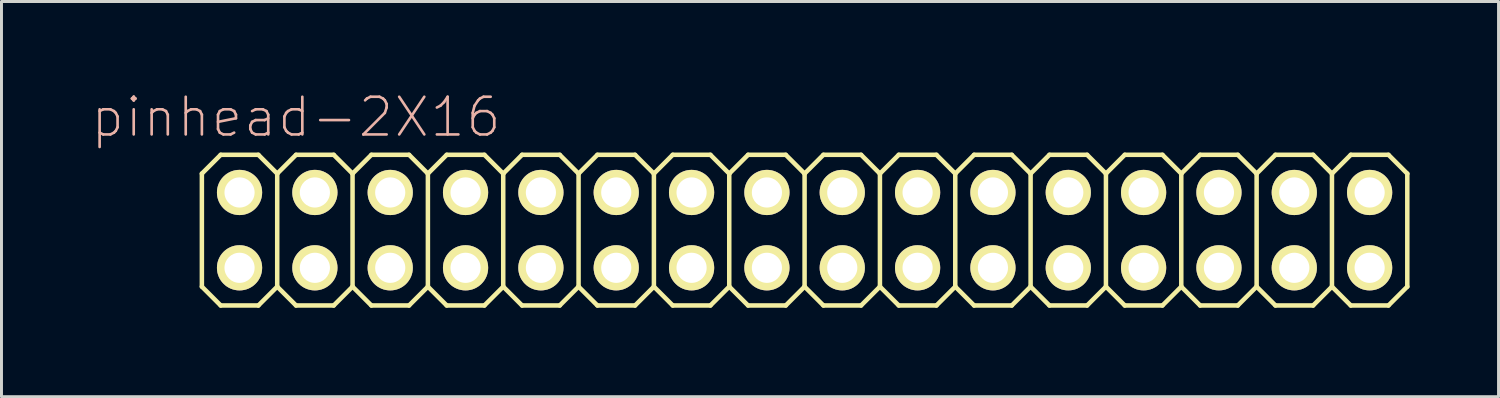
<source format=kicad_pcb>
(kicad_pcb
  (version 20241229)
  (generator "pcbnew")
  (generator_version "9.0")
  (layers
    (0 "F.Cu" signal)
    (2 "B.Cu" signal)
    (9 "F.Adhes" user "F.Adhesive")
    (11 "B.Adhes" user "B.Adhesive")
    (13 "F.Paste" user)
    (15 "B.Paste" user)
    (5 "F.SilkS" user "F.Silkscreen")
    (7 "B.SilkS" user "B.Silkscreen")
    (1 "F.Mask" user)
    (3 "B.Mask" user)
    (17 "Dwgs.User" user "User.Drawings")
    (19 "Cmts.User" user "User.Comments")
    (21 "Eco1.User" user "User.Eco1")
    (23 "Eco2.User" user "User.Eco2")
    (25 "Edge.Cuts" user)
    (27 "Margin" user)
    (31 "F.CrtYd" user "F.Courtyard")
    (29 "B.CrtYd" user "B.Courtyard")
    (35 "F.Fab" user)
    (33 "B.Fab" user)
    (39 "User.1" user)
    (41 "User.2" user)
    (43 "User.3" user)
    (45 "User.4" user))
  (footprint "pinhead-2X16"
    (layer "F.Cu")
    (at 24.076 4.709)
    (property "Reference" "pinhead-2X16" (at -17.145 -3.81 0) (layer "B.SilkS") (effects (font (size 1.27 1.27) (thickness 0.089))))
    (attr exclude_from_pos_files exclude_from_bom)
    (fp_line (start -20.32 -1.905) (end -19.685 -2.54) (stroke (width 0.152) (type solid)) (layer "F.SilkS"))
    (fp_line (start -20.32 1.905) (end -20.32 -1.905) (stroke (width 0.152) (type solid)) (layer "F.SilkS"))
    (fp_line (start -20.32 1.905) (end -19.685 2.54) (stroke (width 0.152) (type solid)) (layer "F.SilkS"))
    (fp_line (start -19.685 -2.54) (end -18.415 -2.54) (stroke (width 0.152) (type solid)) (layer "F.SilkS"))
    (fp_line (start -19.685 2.54) (end -18.415 2.54) (stroke (width 0.152) (type solid)) (layer "F.SilkS"))
    (fp_line (start -19.304 -1.524) (end -18.796 -1.524) (stroke (width 0.066) (type solid)) (layer "F.SilkS"))
    (fp_line (start -19.304 -1.016) (end -19.304 -1.524) (stroke (width 0.066) (type solid)) (layer "F.SilkS"))
    (fp_line (start -19.304 -1.016) (end -18.796 -1.016) (stroke (width 0.066) (type solid)) (layer "F.SilkS"))
    (fp_line (start -19.304 1.016) (end -18.796 1.016) (stroke (width 0.066) (type solid)) (layer "F.SilkS"))
    (fp_line (start -19.304 1.524) (end -19.304 1.016) (stroke (width 0.066) (type solid)) (layer "F.SilkS"))
    (fp_line (start -19.304 1.524) (end -18.796 1.524) (stroke (width 0.066) (type solid)) (layer "F.SilkS"))
    (fp_line (start -18.796 -1.016) (end -18.796 -1.524) (stroke (width 0.066) (type solid)) (layer "F.SilkS"))
    (fp_line (start -18.796 1.524) (end -18.796 1.016) (stroke (width 0.066) (type solid)) (layer "F.SilkS"))
    (fp_line (start -18.415 -2.54) (end -17.78 -1.905) (stroke (width 0.152) (type solid)) (layer "F.SilkS"))
    (fp_line (start -18.415 2.54) (end -17.78 1.905) (stroke (width 0.152) (type solid)) (layer "F.SilkS"))
    (fp_line (start -17.78 -1.905) (end -17.78 1.905) (stroke (width 0.152) (type solid)) (layer "F.SilkS"))
    (fp_line (start -17.78 -1.905) (end -17.145 -2.54) (stroke (width 0.152) (type solid)) (layer "F.SilkS"))
    (fp_line (start -17.78 1.905) (end -17.145 2.54) (stroke (width 0.152) (type solid)) (layer "F.SilkS"))
    (fp_line (start -17.145 -2.54) (end -15.875 -2.54) (stroke (width 0.152) (type solid)) (layer "F.SilkS"))
    (fp_line (start -17.145 2.54) (end -15.875 2.54) (stroke (width 0.152) (type solid)) (layer "F.SilkS"))
    (fp_line (start -16.764 -1.524) (end -16.256 -1.524) (stroke (width 0.066) (type solid)) (layer "F.SilkS"))
    (fp_line (start -16.764 -1.016) (end -16.764 -1.524) (stroke (width 0.066) (type solid)) (layer "F.SilkS"))
    (fp_line (start -16.764 -1.016) (end -16.256 -1.016) (stroke (width 0.066) (type solid)) (layer "F.SilkS"))
    (fp_line (start -16.764 1.016) (end -16.256 1.016) (stroke (width 0.066) (type solid)) (layer "F.SilkS"))
    (fp_line (start -16.764 1.524) (end -16.764 1.016) (stroke (width 0.066) (type solid)) (layer "F.SilkS"))
    (fp_line (start -16.764 1.524) (end -16.256 1.524) (stroke (width 0.066) (type solid)) (layer "F.SilkS"))
    (fp_line (start -16.256 -1.016) (end -16.256 -1.524) (stroke (width 0.066) (type solid)) (layer "F.SilkS"))
    (fp_line (start -16.256 1.524) (end -16.256 1.016) (stroke (width 0.066) (type solid)) (layer "F.SilkS"))
    (fp_line (start -15.875 -2.54) (end -15.24 -1.905) (stroke (width 0.152) (type solid)) (layer "F.SilkS"))
    (fp_line (start -15.875 2.54) (end -15.24 1.905) (stroke (width 0.152) (type solid)) (layer "F.SilkS"))
    (fp_line (start -15.24 -1.905) (end -15.24 1.905) (stroke (width 0.152) (type solid)) (layer "F.SilkS"))
    (fp_line (start -15.24 -1.905) (end -14.605 -2.54) (stroke (width 0.152) (type solid)) (layer "F.SilkS"))
    (fp_line (start -15.24 1.905) (end -14.605 2.54) (stroke (width 0.152) (type solid)) (layer "F.SilkS"))
    (fp_line (start -14.605 -2.54) (end -13.335 -2.54) (stroke (width 0.152) (type solid)) (layer "F.SilkS"))
    (fp_line (start -14.605 2.54) (end -13.335 2.54) (stroke (width 0.152) (type solid)) (layer "F.SilkS"))
    (fp_line (start -14.224 -1.524) (end -13.716 -1.524) (stroke (width 0.066) (type solid)) (layer "F.SilkS"))
    (fp_line (start -14.224 -1.016) (end -14.224 -1.524) (stroke (width 0.066) (type solid)) (layer "F.SilkS"))
    (fp_line (start -14.224 -1.016) (end -13.716 -1.016) (stroke (width 0.066) (type solid)) (layer "F.SilkS"))
    (fp_line (start -14.224 1.016) (end -13.716 1.016) (stroke (width 0.066) (type solid)) (layer "F.SilkS"))
    (fp_line (start -14.224 1.524) (end -14.224 1.016) (stroke (width 0.066) (type solid)) (layer "F.SilkS"))
    (fp_line (start -14.224 1.524) (end -13.716 1.524) (stroke (width 0.066) (type solid)) (layer "F.SilkS"))
    (fp_line (start -13.716 -1.016) (end -13.716 -1.524) (stroke (width 0.066) (type solid)) (layer "F.SilkS"))
    (fp_line (start -13.716 1.524) (end -13.716 1.016) (stroke (width 0.066) (type solid)) (layer "F.SilkS"))
    (fp_line (start -13.335 -2.54) (end -12.7 -1.905) (stroke (width 0.152) (type solid)) (layer "F.SilkS"))
    (fp_line (start -13.335 2.54) (end -12.7 1.905) (stroke (width 0.152) (type solid)) (layer "F.SilkS"))
    (fp_line (start -12.7 -1.905) (end -12.7 1.905) (stroke (width 0.152) (type solid)) (layer "F.SilkS"))
    (fp_line (start -12.7 -1.905) (end -12.065 -2.54) (stroke (width 0.152) (type solid)) (layer "F.SilkS"))
    (fp_line (start -12.7 1.905) (end -12.065 2.54) (stroke (width 0.152) (type solid)) (layer "F.SilkS"))
    (fp_line (start -12.065 -2.54) (end -10.795 -2.54) (stroke (width 0.152) (type solid)) (layer "F.SilkS"))
    (fp_line (start -12.065 2.54) (end -10.795 2.54) (stroke (width 0.152) (type solid)) (layer "F.SilkS"))
    (fp_line (start -11.684 -1.524) (end -11.176 -1.524) (stroke (width 0.066) (type solid)) (layer "F.SilkS"))
    (fp_line (start -11.684 -1.016) (end -11.684 -1.524) (stroke (width 0.066) (type solid)) (layer "F.SilkS"))
    (fp_line (start -11.684 -1.016) (end -11.176 -1.016) (stroke (width 0.066) (type solid)) (layer "F.SilkS"))
    (fp_line (start -11.684 1.016) (end -11.176 1.016) (stroke (width 0.066) (type solid)) (layer "F.SilkS"))
    (fp_line (start -11.684 1.524) (end -11.684 1.016) (stroke (width 0.066) (type solid)) (layer "F.SilkS"))
    (fp_line (start -11.684 1.524) (end -11.176 1.524) (stroke (width 0.066) (type solid)) (layer "F.SilkS"))
    (fp_line (start -11.176 -1.016) (end -11.176 -1.524) (stroke (width 0.066) (type solid)) (layer "F.SilkS"))
    (fp_line (start -11.176 1.524) (end -11.176 1.016) (stroke (width 0.066) (type solid)) (layer "F.SilkS"))
    (fp_line (start -10.795 -2.54) (end -10.16 -1.905) (stroke (width 0.152) (type solid)) (layer "F.SilkS"))
    (fp_line (start -10.795 2.54) (end -10.16 1.905) (stroke (width 0.152) (type solid)) (layer "F.SilkS"))
    (fp_line (start -10.16 -1.905) (end -10.16 1.905) (stroke (width 0.152) (type solid)) (layer "F.SilkS"))
    (fp_line (start -10.16 -1.905) (end -9.525 -2.54) (stroke (width 0.152) (type solid)) (layer "F.SilkS"))
    (fp_line (start -10.16 1.905) (end -9.525 2.54) (stroke (width 0.152) (type solid)) (layer "F.SilkS"))
    (fp_line (start -9.525 -2.54) (end -8.255 -2.54) (stroke (width 0.152) (type solid)) (layer "F.SilkS"))
    (fp_line (start -9.525 2.54) (end -8.255 2.54) (stroke (width 0.152) (type solid)) (layer "F.SilkS"))
    (fp_line (start -9.144 -1.524) (end -8.636 -1.524) (stroke (width 0.066) (type solid)) (layer "F.SilkS"))
    (fp_line (start -9.144 -1.016) (end -9.144 -1.524) (stroke (width 0.066) (type solid)) (layer "F.SilkS"))
    (fp_line (start -9.144 -1.016) (end -8.636 -1.016) (stroke (width 0.066) (type solid)) (layer "F.SilkS"))
    (fp_line (start -9.144 1.016) (end -8.636 1.016) (stroke (width 0.066) (type solid)) (layer "F.SilkS"))
    (fp_line (start -9.144 1.524) (end -9.144 1.016) (stroke (width 0.066) (type solid)) (layer "F.SilkS"))
    (fp_line (start -9.144 1.524) (end -8.636 1.524) (stroke (width 0.066) (type solid)) (layer "F.SilkS"))
    (fp_line (start -8.636 -1.016) (end -8.636 -1.524) (stroke (width 0.066) (type solid)) (layer "F.SilkS"))
    (fp_line (start -8.636 1.524) (end -8.636 1.016) (stroke (width 0.066) (type solid)) (layer "F.SilkS"))
    (fp_line (start -8.255 -2.54) (end -7.62 -1.905) (stroke (width 0.152) (type solid)) (layer "F.SilkS"))
    (fp_line (start -8.255 2.54) (end -7.62 1.905) (stroke (width 0.152) (type solid)) (layer "F.SilkS"))
    (fp_line (start -7.62 -1.905) (end -7.62 1.905) (stroke (width 0.152) (type solid)) (layer "F.SilkS"))
    (fp_line (start -7.62 -1.905) (end -6.985 -2.54) (stroke (width 0.152) (type solid)) (layer "F.SilkS"))
    (fp_line (start -7.62 1.905) (end -6.985 2.54) (stroke (width 0.152) (type solid)) (layer "F.SilkS"))
    (fp_line (start -6.985 -2.54) (end -5.715 -2.54) (stroke (width 0.152) (type solid)) (layer "F.SilkS"))
    (fp_line (start -6.985 2.54) (end -5.715 2.54) (stroke (width 0.152) (type solid)) (layer "F.SilkS"))
    (fp_line (start -6.604 -1.524) (end -6.096 -1.524) (stroke (width 0.066) (type solid)) (layer "F.SilkS"))
    (fp_line (start -6.604 -1.016) (end -6.604 -1.524) (stroke (width 0.066) (type solid)) (layer "F.SilkS"))
    (fp_line (start -6.604 -1.016) (end -6.096 -1.016) (stroke (width 0.066) (type solid)) (layer "F.SilkS"))
    (fp_line (start -6.604 1.016) (end -6.096 1.016) (stroke (width 0.066) (type solid)) (layer "F.SilkS"))
    (fp_line (start -6.604 1.524) (end -6.604 1.016) (stroke (width 0.066) (type solid)) (layer "F.SilkS"))
    (fp_line (start -6.604 1.524) (end -6.096 1.524) (stroke (width 0.066) (type solid)) (layer "F.SilkS"))
    (fp_line (start -6.096 -1.016) (end -6.096 -1.524) (stroke (width 0.066) (type solid)) (layer "F.SilkS"))
    (fp_line (start -6.096 1.524) (end -6.096 1.016) (stroke (width 0.066) (type solid)) (layer "F.SilkS"))
    (fp_line (start -5.715 -2.54) (end -5.08 -1.905) (stroke (width 0.152) (type solid)) (layer "F.SilkS"))
    (fp_line (start -5.715 2.54) (end -5.08 1.905) (stroke (width 0.152) (type solid)) (layer "F.SilkS"))
    (fp_line (start -5.08 -1.905) (end -5.08 1.905) (stroke (width 0.152) (type solid)) (layer "F.SilkS"))
    (fp_line (start -5.08 -1.905) (end -4.445 -2.54) (stroke (width 0.152) (type solid)) (layer "F.SilkS"))
    (fp_line (start -5.08 1.905) (end -4.445 2.54) (stroke (width 0.152) (type solid)) (layer "F.SilkS"))
    (fp_line (start -4.445 -2.54) (end -3.175 -2.54) (stroke (width 0.152) (type solid)) (layer "F.SilkS"))
    (fp_line (start -4.064 -1.524) (end -3.556 -1.524) (stroke (width 0.066) (type solid)) (layer "F.SilkS"))
    (fp_line (start -4.064 -1.016) (end -4.064 -1.524) (stroke (width 0.066) (type solid)) (layer "F.SilkS"))
    (fp_line (start -4.064 -1.016) (end -3.556 -1.016) (stroke (width 0.066) (type solid)) (layer "F.SilkS"))
    (fp_line (start -4.064 1.016) (end -3.556 1.016) (stroke (width 0.066) (type solid)) (layer "F.SilkS"))
    (fp_line (start -4.064 1.524) (end -4.064 1.016) (stroke (width 0.066) (type solid)) (layer "F.SilkS"))
    (fp_line (start -4.064 1.524) (end -3.556 1.524) (stroke (width 0.066) (type solid)) (layer "F.SilkS"))
    (fp_line (start -3.556 -1.016) (end -3.556 -1.524) (stroke (width 0.066) (type solid)) (layer "F.SilkS"))
    (fp_line (start -3.556 1.524) (end -3.556 1.016) (stroke (width 0.066) (type solid)) (layer "F.SilkS"))
    (fp_line (start -3.175 -2.54) (end -2.54 -1.905) (stroke (width 0.152) (type solid)) (layer "F.SilkS"))
    (fp_line (start -3.175 2.54) (end -4.445 2.54) (stroke (width 0.152) (type solid)) (layer "F.SilkS"))
    (fp_line (start -2.54 -1.905) (end -2.54 1.905) (stroke (width 0.152) (type solid)) (layer "F.SilkS"))
    (fp_line (start -2.54 -1.905) (end -1.905 -2.54) (stroke (width 0.152) (type solid)) (layer "F.SilkS"))
    (fp_line (start -2.54 1.905) (end -3.175 2.54) (stroke (width 0.152) (type solid)) (layer "F.SilkS"))
    (fp_line (start -2.54 1.905) (end -1.905 2.54) (stroke (width 0.152) (type solid)) (layer "F.SilkS"))
    (fp_line (start -1.905 -2.54) (end -0.635 -2.54) (stroke (width 0.152) (type solid)) (layer "F.SilkS"))
    (fp_line (start -1.524 -1.524) (end -1.016 -1.524) (stroke (width 0.066) (type solid)) (layer "F.SilkS"))
    (fp_line (start -1.524 -1.016) (end -1.524 -1.524) (stroke (width 0.066) (type solid)) (layer "F.SilkS"))
    (fp_line (start -1.524 -1.016) (end -1.016 -1.016) (stroke (width 0.066) (type solid)) (layer "F.SilkS"))
    (fp_line (start -1.524 1.016) (end -1.016 1.016) (stroke (width 0.066) (type solid)) (layer "F.SilkS"))
    (fp_line (start -1.524 1.524) (end -1.524 1.016) (stroke (width 0.066) (type solid)) (layer "F.SilkS"))
    (fp_line (start -1.524 1.524) (end -1.016 1.524) (stroke (width 0.066) (type solid)) (layer "F.SilkS"))
    (fp_line (start -1.016 -1.016) (end -1.016 -1.524) (stroke (width 0.066) (type solid)) (layer "F.SilkS"))
    (fp_line (start -1.016 1.524) (end -1.016 1.016) (stroke (width 0.066) (type solid)) (layer "F.SilkS"))
    (fp_line (start -0.635 -2.54) (end 0 -1.905) (stroke (width 0.152) (type solid)) (layer "F.SilkS"))
    (fp_line (start -0.635 2.54) (end -1.905 2.54) (stroke (width 0.152) (type solid)) (layer "F.SilkS"))
    (fp_line (start 0 -1.905) (end 0 1.905) (stroke (width 0.152) (type solid)) (layer "F.SilkS"))
    (fp_line (start 0 -1.905) (end 0.635 -2.54) (stroke (width 0.152) (type solid)) (layer "F.SilkS"))
    (fp_line (start 0 1.905) (end -0.635 2.54) (stroke (width 0.152) (type solid)) (layer "F.SilkS"))
    (fp_line (start 0 1.905) (end 0.635 2.54) (stroke (width 0.152) (type solid)) (layer "F.SilkS"))
    (fp_line (start 0.635 -2.54) (end 1.905 -2.54) (stroke (width 0.152) (type solid)) (layer "F.SilkS"))
    (fp_line (start 1.016 -1.524) (end 1.524 -1.524) (stroke (width 0.066) (type solid)) (layer "F.SilkS"))
    (fp_line (start 1.016 -1.016) (end 1.016 -1.524) (stroke (width 0.066) (type solid)) (layer "F.SilkS"))
    (fp_line (start 1.016 -1.016) (end 1.524 -1.016) (stroke (width 0.066) (type solid)) (layer "F.SilkS"))
    (fp_line (start 1.016 1.016) (end 1.524 1.016) (stroke (width 0.066) (type solid)) (layer "F.SilkS"))
    (fp_line (start 1.016 1.524) (end 1.016 1.016) (stroke (width 0.066) (type solid)) (layer "F.SilkS"))
    (fp_line (start 1.016 1.524) (end 1.524 1.524) (stroke (width 0.066) (type solid)) (layer "F.SilkS"))
    (fp_line (start 1.524 -1.016) (end 1.524 -1.524) (stroke (width 0.066) (type solid)) (layer "F.SilkS"))
    (fp_line (start 1.524 1.524) (end 1.524 1.016) (stroke (width 0.066) (type solid)) (layer "F.SilkS"))
    (fp_line (start 1.905 -2.54) (end 2.54 -1.905) (stroke (width 0.152) (type solid)) (layer "F.SilkS"))
    (fp_line (start 1.905 2.54) (end 0.635 2.54) (stroke (width 0.152) (type solid)) (layer "F.SilkS"))
    (fp_line (start 2.54 -1.905) (end 2.54 1.905) (stroke (width 0.152) (type solid)) (layer "F.SilkS"))
    (fp_line (start 2.54 -1.905) (end 3.175 -2.54) (stroke (width 0.152) (type solid)) (layer "F.SilkS"))
    (fp_line (start 2.54 1.905) (end 1.905 2.54) (stroke (width 0.152) (type solid)) (layer "F.SilkS"))
    (fp_line (start 2.54 1.905) (end 3.175 2.54) (stroke (width 0.152) (type solid)) (layer "F.SilkS"))
    (fp_line (start 3.175 -2.54) (end 4.445 -2.54) (stroke (width 0.152) (type solid)) (layer "F.SilkS"))
    (fp_line (start 3.556 -1.524) (end 4.064 -1.524) (stroke (width 0.066) (type solid)) (layer "F.SilkS"))
    (fp_line (start 3.556 -1.016) (end 3.556 -1.524) (stroke (width 0.066) (type solid)) (layer "F.SilkS"))
    (fp_line (start 3.556 -1.016) (end 4.064 -1.016) (stroke (width 0.066) (type solid)) (layer "F.SilkS"))
    (fp_line (start 3.556 1.016) (end 4.064 1.016) (stroke (width 0.066) (type solid)) (layer "F.SilkS"))
    (fp_line (start 3.556 1.524) (end 3.556 1.016) (stroke (width 0.066) (type solid)) (layer "F.SilkS"))
    (fp_line (start 3.556 1.524) (end 4.064 1.524) (stroke (width 0.066) (type solid)) (layer "F.SilkS"))
    (fp_line (start 4.064 -1.016) (end 4.064 -1.524) (stroke (width 0.066) (type solid)) (layer "F.SilkS"))
    (fp_line (start 4.064 1.524) (end 4.064 1.016) (stroke (width 0.066) (type solid)) (layer "F.SilkS"))
    (fp_line (start 4.445 -2.54) (end 5.08 -1.905) (stroke (width 0.152) (type solid)) (layer "F.SilkS"))
    (fp_line (start 4.445 2.54) (end 3.175 2.54) (stroke (width 0.152) (type solid)) (layer "F.SilkS"))
    (fp_line (start 5.08 -1.905) (end 5.08 1.905) (stroke (width 0.152) (type solid)) (layer "F.SilkS"))
    (fp_line (start 5.08 -1.905) (end 5.715 -2.54) (stroke (width 0.152) (type solid)) (layer "F.SilkS"))
    (fp_line (start 5.08 1.905) (end 4.445 2.54) (stroke (width 0.152) (type solid)) (layer "F.SilkS"))
    (fp_line (start 5.08 1.905) (end 5.715 2.54) (stroke (width 0.152) (type solid)) (layer "F.SilkS"))
    (fp_line (start 5.715 -2.54) (end 6.985 -2.54) (stroke (width 0.152) (type solid)) (layer "F.SilkS"))
    (fp_line (start 6.096 -1.524) (end 6.604 -1.524) (stroke (width 0.066) (type solid)) (layer "F.SilkS"))
    (fp_line (start 6.096 -1.016) (end 6.096 -1.524) (stroke (width 0.066) (type solid)) (layer "F.SilkS"))
    (fp_line (start 6.096 -1.016) (end 6.604 -1.016) (stroke (width 0.066) (type solid)) (layer "F.SilkS"))
    (fp_line (start 6.096 1.016) (end 6.604 1.016) (stroke (width 0.066) (type solid)) (layer "F.SilkS"))
    (fp_line (start 6.096 1.524) (end 6.096 1.016) (stroke (width 0.066) (type solid)) (layer "F.SilkS"))
    (fp_line (start 6.096 1.524) (end 6.604 1.524) (stroke (width 0.066) (type solid)) (layer "F.SilkS"))
    (fp_line (start 6.604 -1.016) (end 6.604 -1.524) (stroke (width 0.066) (type solid)) (layer "F.SilkS"))
    (fp_line (start 6.604 1.524) (end 6.604 1.016) (stroke (width 0.066) (type solid)) (layer "F.SilkS"))
    (fp_line (start 6.985 -2.54) (end 7.62 -1.905) (stroke (width 0.152) (type solid)) (layer "F.SilkS"))
    (fp_line (start 6.985 2.54) (end 5.715 2.54) (stroke (width 0.152) (type solid)) (layer "F.SilkS"))
    (fp_line (start 7.62 -1.905) (end 7.62 1.905) (stroke (width 0.152) (type solid)) (layer "F.SilkS"))
    (fp_line (start 7.62 -1.905) (end 8.255 -2.54) (stroke (width 0.152) (type solid)) (layer "F.SilkS"))
    (fp_line (start 7.62 1.905) (end 6.985 2.54) (stroke (width 0.152) (type solid)) (layer "F.SilkS"))
    (fp_line (start 7.62 1.905) (end 8.255 2.54) (stroke (width 0.152) (type solid)) (layer "F.SilkS"))
    (fp_line (start 8.255 -2.54) (end 9.525 -2.54) (stroke (width 0.152) (type solid)) (layer "F.SilkS"))
    (fp_line (start 8.636 -1.524) (end 9.144 -1.524) (stroke (width 0.066) (type solid)) (layer "F.SilkS"))
    (fp_line (start 8.636 -1.016) (end 8.636 -1.524) (stroke (width 0.066) (type solid)) (layer "F.SilkS"))
    (fp_line (start 8.636 -1.016) (end 9.144 -1.016) (stroke (width 0.066) (type solid)) (layer "F.SilkS"))
    (fp_line (start 8.636 1.016) (end 9.144 1.016) (stroke (width 0.066) (type solid)) (layer "F.SilkS"))
    (fp_line (start 8.636 1.524) (end 8.636 1.016) (stroke (width 0.066) (type solid)) (layer "F.SilkS"))
    (fp_line (start 8.636 1.524) (end 9.144 1.524) (stroke (width 0.066) (type solid)) (layer "F.SilkS"))
    (fp_line (start 9.144 -1.016) (end 9.144 -1.524) (stroke (width 0.066) (type solid)) (layer "F.SilkS"))
    (fp_line (start 9.144 1.524) (end 9.144 1.016) (stroke (width 0.066) (type solid)) (layer "F.SilkS"))
    (fp_line (start 9.525 2.54) (end 8.255 2.54) (stroke (width 0.152) (type solid)) (layer "F.SilkS"))
    (fp_line (start 10.16 -1.905) (end 9.525 -2.54) (stroke (width 0.152) (type solid)) (layer "F.SilkS"))
    (fp_line (start 10.16 -1.905) (end 10.16 1.905) (stroke (width 0.152) (type solid)) (layer "F.SilkS"))
    (fp_line (start 10.16 -1.905) (end 10.795 -2.54) (stroke (width 0.152) (type solid)) (layer "F.SilkS"))
    (fp_line (start 10.16 1.905) (end 9.525 2.54) (stroke (width 0.152) (type solid)) (layer "F.SilkS"))
    (fp_line (start 10.16 1.905) (end 10.795 2.54) (stroke (width 0.152) (type solid)) (layer "F.SilkS"))
    (fp_line (start 11.176 -1.524) (end 11.684 -1.524) (stroke (width 0.066) (type solid)) (layer "F.SilkS"))
    (fp_line (start 11.176 -1.016) (end 11.176 -1.524) (stroke (width 0.066) (type solid)) (layer "F.SilkS"))
    (fp_line (start 11.176 -1.016) (end 11.684 -1.016) (stroke (width 0.066) (type solid)) (layer "F.SilkS"))
    (fp_line (start 11.176 1.016) (end 11.684 1.016) (stroke (width 0.066) (type solid)) (layer "F.SilkS"))
    (fp_line (start 11.176 1.524) (end 11.176 1.016) (stroke (width 0.066) (type solid)) (layer "F.SilkS"))
    (fp_line (start 11.176 1.524) (end 11.684 1.524) (stroke (width 0.066) (type solid)) (layer "F.SilkS"))
    (fp_line (start 11.684 -1.016) (end 11.684 -1.524) (stroke (width 0.066) (type solid)) (layer "F.SilkS"))
    (fp_line (start 11.684 1.524) (end 11.684 1.016) (stroke (width 0.066) (type solid)) (layer "F.SilkS"))
    (fp_line (start 12.065 -2.54) (end 10.795 -2.54) (stroke (width 0.152) (type solid)) (layer "F.SilkS"))
    (fp_line (start 12.065 -2.54) (end 12.7 -1.905) (stroke (width 0.152) (type solid)) (layer "F.SilkS"))
    (fp_line (start 12.065 2.54) (end 10.795 2.54) (stroke (width 0.152) (type solid)) (layer "F.SilkS"))
    (fp_line (start 12.7 -1.905) (end 12.7 1.905) (stroke (width 0.152) (type solid)) (layer "F.SilkS"))
    (fp_line (start 12.7 -1.905) (end 13.335 -2.54) (stroke (width 0.152) (type solid)) (layer "F.SilkS"))
    (fp_line (start 12.7 1.905) (end 12.065 2.54) (stroke (width 0.152) (type solid)) (layer "F.SilkS"))
    (fp_line (start 12.7 1.905) (end 13.335 2.54) (stroke (width 0.152) (type solid)) (layer "F.SilkS"))
    (fp_line (start 13.716 -1.524) (end 14.224 -1.524) (stroke (width 0.066) (type solid)) (layer "F.SilkS"))
    (fp_line (start 13.716 -1.016) (end 13.716 -1.524) (stroke (width 0.066) (type solid)) (layer "F.SilkS"))
    (fp_line (start 13.716 -1.016) (end 14.224 -1.016) (stroke (width 0.066) (type solid)) (layer "F.SilkS"))
    (fp_line (start 13.716 1.016) (end 14.224 1.016) (stroke (width 0.066) (type solid)) (layer "F.SilkS"))
    (fp_line (start 13.716 1.524) (end 13.716 1.016) (stroke (width 0.066) (type solid)) (layer "F.SilkS"))
    (fp_line (start 13.716 1.524) (end 14.224 1.524) (stroke (width 0.066) (type solid)) (layer "F.SilkS"))
    (fp_line (start 14.224 -1.016) (end 14.224 -1.524) (stroke (width 0.066) (type solid)) (layer "F.SilkS"))
    (fp_line (start 14.224 1.524) (end 14.224 1.016) (stroke (width 0.066) (type solid)) (layer "F.SilkS"))
    (fp_line (start 14.605 -2.54) (end 13.335 -2.54) (stroke (width 0.152) (type solid)) (layer "F.SilkS"))
    (fp_line (start 14.605 -2.54) (end 15.24 -1.905) (stroke (width 0.152) (type solid)) (layer "F.SilkS"))
    (fp_line (start 14.605 2.54) (end 13.335 2.54) (stroke (width 0.152) (type solid)) (layer "F.SilkS"))
    (fp_line (start 15.24 -1.905) (end 15.24 1.905) (stroke (width 0.152) (type solid)) (layer "F.SilkS"))
    (fp_line (start 15.24 -1.905) (end 15.875 -2.54) (stroke (width 0.152) (type solid)) (layer "F.SilkS"))
    (fp_line (start 15.24 1.905) (end 14.605 2.54) (stroke (width 0.152) (type solid)) (layer "F.SilkS"))
    (fp_line (start 15.875 2.54) (end 15.24 1.905) (stroke (width 0.152) (type solid)) (layer "F.SilkS"))
    (fp_line (start 15.875 2.54) (end 17.145 2.54) (stroke (width 0.152) (type solid)) (layer "F.SilkS"))
    (fp_line (start 16.256 -1.524) (end 16.764 -1.524) (stroke (width 0.066) (type solid)) (layer "F.SilkS"))
    (fp_line (start 16.256 -1.016) (end 16.256 -1.524) (stroke (width 0.066) (type solid)) (layer "F.SilkS"))
    (fp_line (start 16.256 -1.016) (end 16.764 -1.016) (stroke (width 0.066) (type solid)) (layer "F.SilkS"))
    (fp_line (start 16.256 1.016) (end 16.764 1.016) (stroke (width 0.066) (type solid)) (layer "F.SilkS"))
    (fp_line (start 16.256 1.524) (end 16.256 1.016) (stroke (width 0.066) (type solid)) (layer "F.SilkS"))
    (fp_line (start 16.256 1.524) (end 16.764 1.524) (stroke (width 0.066) (type solid)) (layer "F.SilkS"))
    (fp_line (start 16.764 -1.016) (end 16.764 -1.524) (stroke (width 0.066) (type solid)) (layer "F.SilkS"))
    (fp_line (start 16.764 1.524) (end 16.764 1.016) (stroke (width 0.066) (type solid)) (layer "F.SilkS"))
    (fp_line (start 17.145 -2.54) (end 15.875 -2.54) (stroke (width 0.152) (type solid)) (layer "F.SilkS"))
    (fp_line (start 17.145 -2.54) (end 17.78 -1.905) (stroke (width 0.152) (type solid)) (layer "F.SilkS"))
    (fp_line (start 17.78 -1.905) (end 17.78 1.905) (stroke (width 0.152) (type solid)) (layer "F.SilkS"))
    (fp_line (start 17.78 -1.905) (end 18.415 -2.54) (stroke (width 0.152) (type solid)) (layer "F.SilkS"))
    (fp_line (start 17.78 1.905) (end 17.145 2.54) (stroke (width 0.152) (type solid)) (layer "F.SilkS"))
    (fp_line (start 18.415 2.54) (end 17.78 1.905) (stroke (width 0.152) (type solid)) (layer "F.SilkS"))
    (fp_line (start 18.415 2.54) (end 19.685 2.54) (stroke (width 0.152) (type solid)) (layer "F.SilkS"))
    (fp_line (start 18.796 -1.524) (end 19.304 -1.524) (stroke (width 0.066) (type solid)) (layer "F.SilkS"))
    (fp_line (start 18.796 -1.016) (end 18.796 -1.524) (stroke (width 0.066) (type solid)) (layer "F.SilkS"))
    (fp_line (start 18.796 -1.016) (end 19.304 -1.016) (stroke (width 0.066) (type solid)) (layer "F.SilkS"))
    (fp_line (start 18.796 1.016) (end 19.304 1.016) (stroke (width 0.066) (type solid)) (layer "F.SilkS"))
    (fp_line (start 18.796 1.524) (end 18.796 1.016) (stroke (width 0.066) (type solid)) (layer "F.SilkS"))
    (fp_line (start 18.796 1.524) (end 19.304 1.524) (stroke (width 0.066) (type solid)) (layer "F.SilkS"))
    (fp_line (start 19.304 -1.016) (end 19.304 -1.524) (stroke (width 0.066) (type solid)) (layer "F.SilkS"))
    (fp_line (start 19.304 1.524) (end 19.304 1.016) (stroke (width 0.066) (type solid)) (layer "F.SilkS"))
    (fp_line (start 19.685 -2.54) (end 18.415 -2.54) (stroke (width 0.152) (type solid)) (layer "F.SilkS"))
    (fp_line (start 19.685 -2.54) (end 20.32 -1.905) (stroke (width 0.152) (type solid)) (layer "F.SilkS"))
    (fp_line (start 20.32 -1.905) (end 20.32 1.905) (stroke (width 0.152) (type solid)) (layer "F.SilkS"))
    (fp_line (start 20.32 1.905) (end 19.685 2.54) (stroke (width 0.152) (type solid)) (layer "F.SilkS"))
    (pad "1" thru_hole circle (at -19.05 1.27) (size 1.524 1.524) (drill 1.016) (layers "*.Cu" "F.Mask" "F.SilkS" "F.Paste"))
    (pad "2" thru_hole circle (at -19.05 -1.27) (size 1.524 1.524) (drill 1.016) (layers "*.Cu" "F.Mask" "F.SilkS" "F.Paste"))
    (pad "3" thru_hole circle (at -16.51 1.27) (size 1.524 1.524) (drill 1.016) (layers "*.Cu" "F.Mask" "F.SilkS" "F.Paste"))
    (pad "4" thru_hole circle (at -16.51 -1.27) (size 1.524 1.524) (drill 1.016) (layers "*.Cu" "F.Mask" "F.SilkS" "F.Paste"))
    (pad "5" thru_hole circle (at -13.97 1.27) (size 1.524 1.524) (drill 1.016) (layers "*.Cu" "F.Mask" "F.SilkS" "F.Paste"))
    (pad "6" thru_hole circle (at -13.97 -1.27) (size 1.524 1.524) (drill 1.016) (layers "*.Cu" "F.Mask" "F.SilkS" "F.Paste"))
    (pad "7" thru_hole circle (at -11.43 1.27) (size 1.524 1.524) (drill 1.016) (layers "*.Cu" "F.Mask" "F.SilkS" "F.Paste"))
    (pad "8" thru_hole circle (at -11.43 -1.27) (size 1.524 1.524) (drill 1.016) (layers "*.Cu" "F.Mask" "F.SilkS" "F.Paste"))
    (pad "9" thru_hole circle (at -8.89 1.27) (size 1.524 1.524) (drill 1.016) (layers "*.Cu" "F.Mask" "F.SilkS" "F.Paste"))
    (pad "10" thru_hole circle (at -8.89 -1.27) (size 1.524 1.524) (drill 1.016) (layers "*.Cu" "F.Mask" "F.SilkS" "F.Paste"))
    (pad "11" thru_hole circle (at -6.35 1.27) (size 1.524 1.524) (drill 1.016) (layers "*.Cu" "F.Mask" "F.SilkS" "F.Paste"))
    (pad "12" thru_hole circle (at -6.35 -1.27) (size 1.524 1.524) (drill 1.016) (layers "*.Cu" "F.Mask" "F.SilkS" "F.Paste"))
    (pad "13" thru_hole circle (at -3.81 1.27) (size 1.524 1.524) (drill 1.016) (layers "*.Cu" "F.Mask" "F.SilkS" "F.Paste"))
    (pad "14" thru_hole circle (at -3.81 -1.27) (size 1.524 1.524) (drill 1.016) (layers "*.Cu" "F.Mask" "F.SilkS" "F.Paste"))
    (pad "15" thru_hole circle (at -1.27 1.27) (size 1.524 1.524) (drill 1.016) (layers "*.Cu" "F.Mask" "F.SilkS" "F.Paste"))
    (pad "16" thru_hole circle (at -1.27 -1.27) (size 1.524 1.524) (drill 1.016) (layers "*.Cu" "F.Mask" "F.SilkS" "F.Paste"))
    (pad "17" thru_hole circle (at 1.27 1.27) (size 1.524 1.524) (drill 1.016) (layers "*.Cu" "F.Mask" "F.SilkS" "F.Paste"))
    (pad "18" thru_hole circle (at 1.27 -1.27) (size 1.524 1.524) (drill 1.016) (layers "*.Cu" "F.Mask" "F.SilkS" "F.Paste"))
    (pad "19" thru_hole circle (at 3.81 1.27) (size 1.524 1.524) (drill 1.016) (layers "*.Cu" "F.Mask" "F.SilkS" "F.Paste"))
    (pad "20" thru_hole circle (at 3.81 -1.27) (size 1.524 1.524) (drill 1.016) (layers "*.Cu" "F.Mask" "F.SilkS" "F.Paste"))
    (pad "21" thru_hole circle (at 6.35 1.27) (size 1.524 1.524) (drill 1.016) (layers "*.Cu" "F.Mask" "F.SilkS" "F.Paste"))
    (pad "22" thru_hole circle (at 6.35 -1.27) (size 1.524 1.524) (drill 1.016) (layers "*.Cu" "F.Mask" "F.SilkS" "F.Paste"))
    (pad "23" thru_hole circle (at 8.89 1.27) (size 1.524 1.524) (drill 1.016) (layers "*.Cu" "F.Mask" "F.SilkS" "F.Paste"))
    (pad "24" thru_hole circle (at 8.89 -1.27) (size 1.524 1.524) (drill 1.016) (layers "*.Cu" "F.Mask" "F.SilkS" "F.Paste"))
    (pad "25" thru_hole circle (at 11.43 1.27) (size 1.524 1.524) (drill 1.016) (layers "*.Cu" "F.Mask" "F.SilkS" "F.Paste"))
    (pad "26" thru_hole circle (at 11.43 -1.27) (size 1.524 1.524) (drill 1.016) (layers "*.Cu" "F.Mask" "F.SilkS" "F.Paste"))
    (pad "27" thru_hole circle (at 13.97 1.27) (size 1.524 1.524) (drill 1.016) (layers "*.Cu" "F.Mask" "F.SilkS" "F.Paste"))
    (pad "28" thru_hole circle (at 13.97 -1.27) (size 1.524 1.524) (drill 1.016) (layers "*.Cu" "F.Mask" "F.SilkS" "F.Paste"))
    (pad "29" thru_hole circle (at 16.51 1.27) (size 1.524 1.524) (drill 1.016) (layers "*.Cu" "F.Mask" "F.SilkS" "F.Paste"))
    (pad "30" thru_hole circle (at 16.51 -1.27) (size 1.524 1.524) (drill 1.016) (layers "*.Cu" "F.Mask" "F.SilkS" "F.Paste"))
    (pad "31" thru_hole circle (at 19.05 1.27) (size 1.524 1.524) (drill 1.016) (layers "*.Cu" "F.Mask" "F.SilkS" "F.Paste"))
    (pad "32" thru_hole circle (at 19.05 -1.27) (size 1.524 1.524) (drill 1.016) (layers "*.Cu" "F.Mask" "F.SilkS" "F.Paste")))
  (gr_rect
    (start -3 -3)
    (end 47.472 10.325)
    (stroke (width 0.1) (type default))
    (fill no)
    (layer "Edge.Cuts")))
</source>
